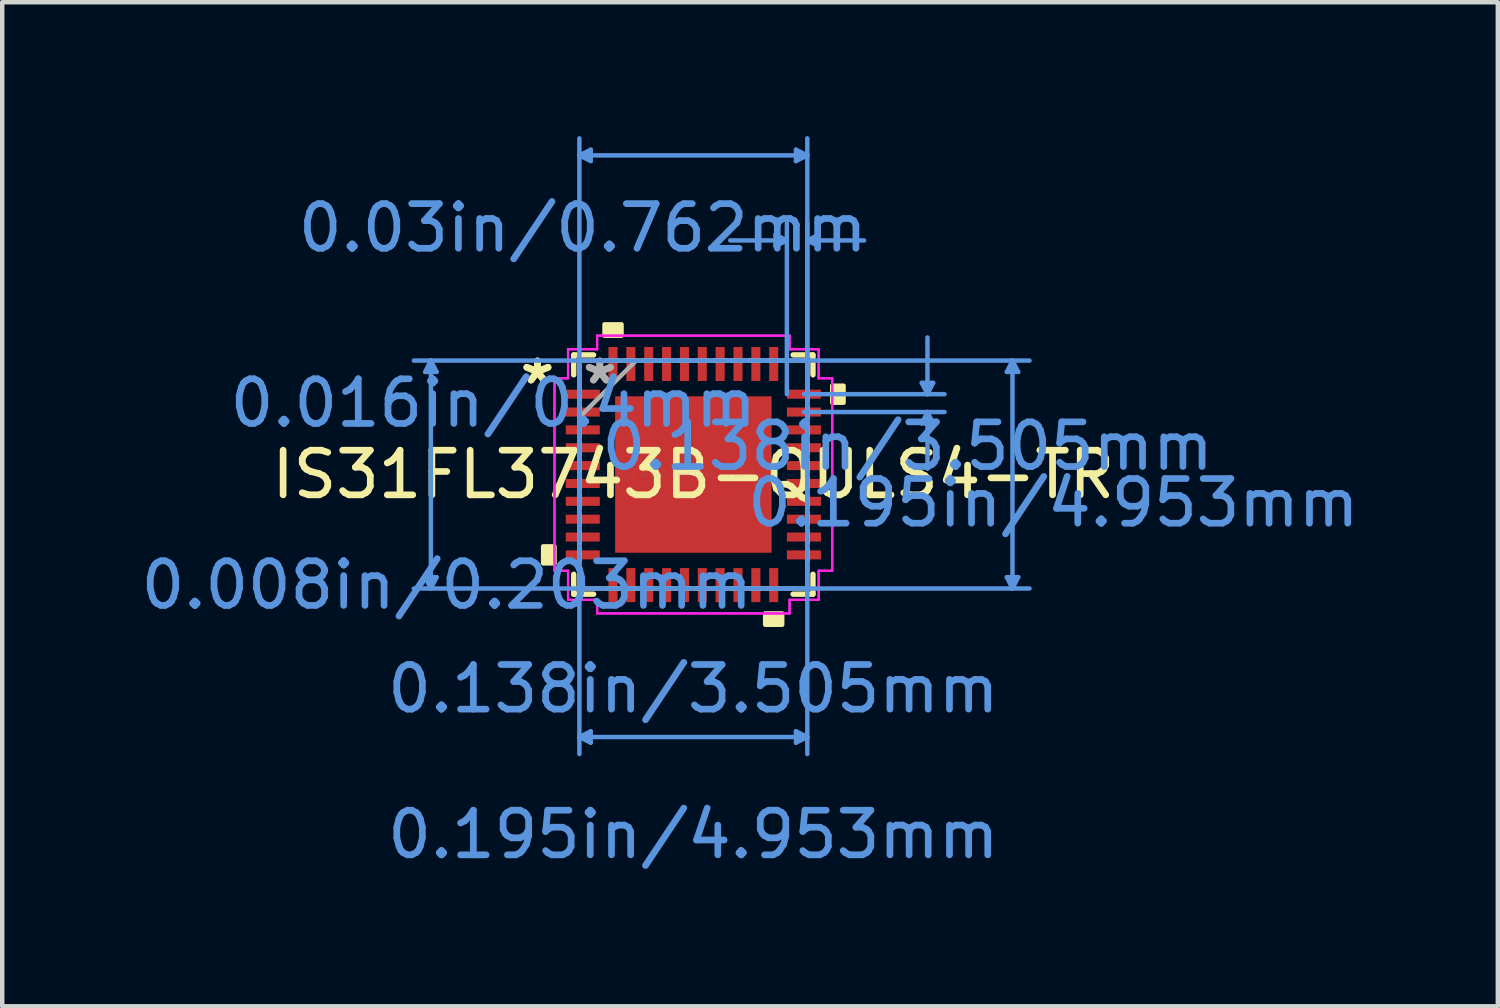
<source format=kicad_pcb>
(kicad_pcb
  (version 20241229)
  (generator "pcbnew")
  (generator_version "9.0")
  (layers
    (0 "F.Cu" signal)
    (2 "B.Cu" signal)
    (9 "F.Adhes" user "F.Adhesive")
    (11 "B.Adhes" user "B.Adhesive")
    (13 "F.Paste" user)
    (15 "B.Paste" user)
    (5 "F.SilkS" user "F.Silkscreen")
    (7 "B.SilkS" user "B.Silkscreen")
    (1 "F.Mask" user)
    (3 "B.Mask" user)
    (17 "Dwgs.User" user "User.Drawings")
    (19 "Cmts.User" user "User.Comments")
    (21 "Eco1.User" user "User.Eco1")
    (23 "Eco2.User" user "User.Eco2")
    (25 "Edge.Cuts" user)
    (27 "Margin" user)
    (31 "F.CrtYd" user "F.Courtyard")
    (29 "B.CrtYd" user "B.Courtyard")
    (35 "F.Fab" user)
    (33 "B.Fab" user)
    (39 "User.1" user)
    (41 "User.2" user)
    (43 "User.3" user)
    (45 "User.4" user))
  (footprint "IS31FL3743B-QULS4-TR"
    (layer "F.Cu")
    (at 12.483 7.581)
    (property "Reference" "IS31FL3743B-QULS4-TR" (at 0 0 0) (layer "F.SilkS") (effects (font (size 1 1) (thickness 0.15))))
    (attr through_hole)
    (fp_line (start -2.68 -2.68) (end -2.68 -2.234) (stroke (width 0.12) (type solid)) (layer "F.SilkS"))
    (fp_line (start -2.68 2.234) (end -2.68 2.68) (stroke (width 0.12) (type solid)) (layer "F.SilkS"))
    (fp_line (start -2.68 2.68) (end -2.234 2.68) (stroke (width 0.12) (type solid)) (layer "F.SilkS"))
    (fp_line (start -2.234 -2.68) (end -2.68 -2.68) (stroke (width 0.12) (type solid)) (layer "F.SilkS"))
    (fp_line (start 2.234 2.68) (end 2.68 2.68) (stroke (width 0.12) (type solid)) (layer "F.SilkS"))
    (fp_line (start 2.68 -2.68) (end 2.234 -2.68) (stroke (width 0.12) (type solid)) (layer "F.SilkS"))
    (fp_line (start 2.68 -2.234) (end 2.68 -2.68) (stroke (width 0.12) (type solid)) (layer "F.SilkS"))
    (fp_line (start 2.68 2.68) (end 2.68 2.234) (stroke (width 0.12) (type solid)) (layer "F.SilkS"))
    (fp_poly (pts (xy -3.365 1.609) (xy -3.365 1.99) (xy -3.111 1.99) (xy -3.111 1.609)) (stroke (width 0.1) (type solid)) (fill yes) (layer "F.SilkS"))
    (fp_poly (pts (xy -1.99 -3.111) (xy -1.99 -3.365) (xy -1.609 -3.365) (xy -1.609 -3.111)) (stroke (width 0.1) (type solid)) (fill yes) (layer "F.SilkS"))
    (fp_poly (pts (xy 1.609 3.111) (xy 1.609 3.365) (xy 1.99 3.365) (xy 1.99 3.111)) (stroke (width 0.1) (type solid)) (fill yes) (layer "F.SilkS"))
    (fp_poly (pts (xy 3.365 -1.99) (xy 3.365 -1.609) (xy 3.111 -1.609) (xy 3.111 -1.99)) (stroke (width 0.1) (type solid)) (fill yes) (layer "F.SilkS"))
    (fp_poly (pts (xy -1.653 -1.653) (xy -1.653 -0.1) (xy -0.1 -0.1) (xy -0.1 -1.653)) (stroke (width 0.1) (type solid)) (fill yes) (layer "F.Paste"))
    (fp_poly (pts (xy -1.653 0.1) (xy -1.653 1.653) (xy -0.1 1.653) (xy -0.1 0.1)) (stroke (width 0.1) (type solid)) (fill yes) (layer "F.Paste"))
    (fp_poly (pts (xy 0.1 -1.653) (xy 0.1 -0.1) (xy 1.653 -0.1) (xy 1.653 -1.653)) (stroke (width 0.1) (type solid)) (fill yes) (layer "F.Paste"))
    (fp_poly (pts (xy 0.1 0.1) (xy 0.1 1.653) (xy 1.653 1.653) (xy 1.653 0.1)) (stroke (width 0.1) (type solid)) (fill yes) (layer "F.Paste"))
    (fp_line (start -6.007 -2.299) (end -5.753 -2.299) (stroke (width 0.1) (type solid)) (layer "Cmts.User"))
    (fp_line (start -6.007 2.299) (end -5.753 2.299) (stroke (width 0.1) (type solid)) (layer "Cmts.User"))
    (fp_line (start -5.88 -2.553) (end -6.007 -2.299) (stroke (width 0.1) (type solid)) (layer "Cmts.User"))
    (fp_line (start -5.88 -2.553) (end -5.88 2.553) (stroke (width 0.1) (type solid)) (layer "Cmts.User"))
    (fp_line (start -5.88 -2.553) (end -5.753 -2.299) (stroke (width 0.1) (type solid)) (layer "Cmts.User"))
    (fp_line (start -5.88 2.553) (end -6.007 2.299) (stroke (width 0.1) (type solid)) (layer "Cmts.User"))
    (fp_line (start -5.88 2.553) (end -5.753 2.299) (stroke (width 0.1) (type solid)) (layer "Cmts.User"))
    (fp_line (start -2.553 -7.15) (end -2.299 -7.277) (stroke (width 0.1) (type solid)) (layer "Cmts.User"))
    (fp_line (start -2.553 -7.15) (end -2.299 -7.023) (stroke (width 0.1) (type solid)) (layer "Cmts.User"))
    (fp_line (start -2.553 -7.15) (end 2.553 -7.15) (stroke (width 0.1) (type solid)) (layer "Cmts.User"))
    (fp_line (start -2.553 -2.553) (end -2.553 6.261) (stroke (width 0.1) (type solid)) (layer "Cmts.User"))
    (fp_line (start -2.553 -1.8) (end -2.553 -7.531) (stroke (width 0.1) (type solid)) (layer "Cmts.User"))
    (fp_line (start -2.553 5.88) (end -2.299 5.753) (stroke (width 0.1) (type solid)) (layer "Cmts.User"))
    (fp_line (start -2.553 5.88) (end -2.299 6.007) (stroke (width 0.1) (type solid)) (layer "Cmts.User"))
    (fp_line (start -2.553 5.88) (end 2.553 5.88) (stroke (width 0.1) (type solid)) (layer "Cmts.User"))
    (fp_line (start -2.299 -7.277) (end -2.299 -7.023) (stroke (width 0.1) (type solid)) (layer "Cmts.User"))
    (fp_line (start -2.299 5.753) (end -2.299 6.007) (stroke (width 0.1) (type solid)) (layer "Cmts.User"))
    (fp_line (start 1.8 -2.553) (end 7.531 -2.553) (stroke (width 0.1) (type solid)) (layer "Cmts.User"))
    (fp_line (start 1.8 2.553) (end 7.531 2.553) (stroke (width 0.1) (type solid)) (layer "Cmts.User"))
    (fp_line (start 1.841 -5.372) (end 1.841 -5.118) (stroke (width 0.1) (type solid)) (layer "Cmts.User"))
    (fp_line (start 2.095 -5.245) (end 0.826 -5.245) (stroke (width 0.1) (type solid)) (layer "Cmts.User"))
    (fp_line (start 2.095 -5.245) (end 1.841 -5.372) (stroke (width 0.1) (type solid)) (layer "Cmts.User"))
    (fp_line (start 2.095 -5.245) (end 1.841 -5.118) (stroke (width 0.1) (type solid)) (layer "Cmts.User"))
    (fp_line (start 2.095 -1.8) (end 2.095 -5.626) (stroke (width 0.1) (type solid)) (layer "Cmts.User"))
    (fp_line (start 2.299 -7.277) (end 2.299 -7.023) (stroke (width 0.1) (type solid)) (layer "Cmts.User"))
    (fp_line (start 2.299 5.753) (end 2.299 6.007) (stroke (width 0.1) (type solid)) (layer "Cmts.User"))
    (fp_line (start 2.477 -1.8) (end 5.626 -1.8) (stroke (width 0.1) (type solid)) (layer "Cmts.User"))
    (fp_line (start 2.477 -1.4) (end 5.626 -1.4) (stroke (width 0.1) (type solid)) (layer "Cmts.User"))
    (fp_line (start 2.553 -7.15) (end 2.299 -7.277) (stroke (width 0.1) (type solid)) (layer "Cmts.User"))
    (fp_line (start 2.553 -7.15) (end 2.299 -7.023) (stroke (width 0.1) (type solid)) (layer "Cmts.User"))
    (fp_line (start 2.553 -5.245) (end 2.807 -5.372) (stroke (width 0.1) (type solid)) (layer "Cmts.User"))
    (fp_line (start 2.553 -5.245) (end 2.807 -5.118) (stroke (width 0.1) (type solid)) (layer "Cmts.User"))
    (fp_line (start 2.553 -5.245) (end 3.823 -5.245) (stroke (width 0.1) (type solid)) (layer "Cmts.User"))
    (fp_line (start 2.553 -2.553) (end -6.261 -2.553) (stroke (width 0.1) (type solid)) (layer "Cmts.User"))
    (fp_line (start 2.553 -2.553) (end 2.553 6.261) (stroke (width 0.1) (type solid)) (layer "Cmts.User"))
    (fp_line (start 2.553 -1.8) (end 2.553 -7.531) (stroke (width 0.1) (type solid)) (layer "Cmts.User"))
    (fp_line (start 2.553 -1.8) (end 2.553 -5.626) (stroke (width 0.1) (type solid)) (layer "Cmts.User"))
    (fp_line (start 2.553 2.553) (end -6.261 2.553) (stroke (width 0.1) (type solid)) (layer "Cmts.User"))
    (fp_line (start 2.553 5.88) (end 2.299 5.753) (stroke (width 0.1) (type solid)) (layer "Cmts.User"))
    (fp_line (start 2.553 5.88) (end 2.299 6.007) (stroke (width 0.1) (type solid)) (layer "Cmts.User"))
    (fp_line (start 2.807 -5.372) (end 2.807 -5.118) (stroke (width 0.1) (type solid)) (layer "Cmts.User"))
    (fp_line (start 5.118 -2.054) (end 5.372 -2.054) (stroke (width 0.1) (type solid)) (layer "Cmts.User"))
    (fp_line (start 5.118 -1.146) (end 5.372 -1.146) (stroke (width 0.1) (type solid)) (layer "Cmts.User"))
    (fp_line (start 5.245 -1.8) (end 5.118 -2.054) (stroke (width 0.1) (type solid)) (layer "Cmts.User"))
    (fp_line (start 5.245 -1.8) (end 5.245 -3.07) (stroke (width 0.1) (type solid)) (layer "Cmts.User"))
    (fp_line (start 5.245 -1.8) (end 5.372 -2.054) (stroke (width 0.1) (type solid)) (layer "Cmts.User"))
    (fp_line (start 5.245 -1.4) (end 5.118 -1.146) (stroke (width 0.1) (type solid)) (layer "Cmts.User"))
    (fp_line (start 5.245 -1.4) (end 5.245 -0.13) (stroke (width 0.1) (type solid)) (layer "Cmts.User"))
    (fp_line (start 5.245 -1.4) (end 5.372 -1.146) (stroke (width 0.1) (type solid)) (layer "Cmts.User"))
    (fp_line (start 7.023 -2.299) (end 7.277 -2.299) (stroke (width 0.1) (type solid)) (layer "Cmts.User"))
    (fp_line (start 7.023 2.299) (end 7.277 2.299) (stroke (width 0.1) (type solid)) (layer "Cmts.User"))
    (fp_line (start 7.15 -2.553) (end 7.023 -2.299) (stroke (width 0.1) (type solid)) (layer "Cmts.User"))
    (fp_line (start 7.15 -2.553) (end 7.15 2.553) (stroke (width 0.1) (type solid)) (layer "Cmts.User"))
    (fp_line (start 7.15 -2.553) (end 7.277 -2.299) (stroke (width 0.1) (type solid)) (layer "Cmts.User"))
    (fp_line (start 7.15 2.553) (end 7.023 2.299) (stroke (width 0.1) (type solid)) (layer "Cmts.User"))
    (fp_line (start 7.15 2.553) (end 7.277 2.299) (stroke (width 0.1) (type solid)) (layer "Cmts.User"))
    (fp_line (start -3.111 -2.156) (end -2.807 -2.156) (stroke (width 0.05) (type solid)) (layer "F.CrtYd"))
    (fp_line (start -3.111 -2.156) (end -2.807 -2.156) (stroke (width 0.05) (type solid)) (layer "F.CrtYd"))
    (fp_line (start -3.111 2.156) (end -3.111 -2.156) (stroke (width 0.05) (type solid)) (layer "F.CrtYd"))
    (fp_line (start -3.111 2.156) (end -3.111 -2.156) (stroke (width 0.05) (type solid)) (layer "F.CrtYd"))
    (fp_line (start -2.807 -2.807) (end -2.156 -2.807) (stroke (width 0.05) (type solid)) (layer "F.CrtYd"))
    (fp_line (start -2.807 -2.807) (end -2.156 -2.807) (stroke (width 0.05) (type solid)) (layer "F.CrtYd"))
    (fp_line (start -2.807 -2.156) (end -2.807 -2.807) (stroke (width 0.05) (type solid)) (layer "F.CrtYd"))
    (fp_line (start -2.807 -2.156) (end -2.807 -2.807) (stroke (width 0.05) (type solid)) (layer "F.CrtYd"))
    (fp_line (start -2.807 2.156) (end -3.111 2.156) (stroke (width 0.05) (type solid)) (layer "F.CrtYd"))
    (fp_line (start -2.807 2.156) (end -3.111 2.156) (stroke (width 0.05) (type solid)) (layer "F.CrtYd"))
    (fp_line (start -2.807 2.807) (end -2.807 2.156) (stroke (width 0.05) (type solid)) (layer "F.CrtYd"))
    (fp_line (start -2.807 2.807) (end -2.807 2.156) (stroke (width 0.05) (type solid)) (layer "F.CrtYd"))
    (fp_line (start -2.156 -3.111) (end 2.156 -3.111) (stroke (width 0.05) (type solid)) (layer "F.CrtYd"))
    (fp_line (start -2.156 -3.111) (end 2.156 -3.111) (stroke (width 0.05) (type solid)) (layer "F.CrtYd"))
    (fp_line (start -2.156 -2.807) (end -2.156 -3.111) (stroke (width 0.05) (type solid)) (layer "F.CrtYd"))
    (fp_line (start -2.156 -2.807) (end -2.156 -3.111) (stroke (width 0.05) (type solid)) (layer "F.CrtYd"))
    (fp_line (start -2.156 2.807) (end -2.807 2.807) (stroke (width 0.05) (type solid)) (layer "F.CrtYd"))
    (fp_line (start -2.156 2.807) (end -2.807 2.807) (stroke (width 0.05) (type solid)) (layer "F.CrtYd"))
    (fp_line (start -2.156 3.111) (end -2.156 2.807) (stroke (width 0.05) (type solid)) (layer "F.CrtYd"))
    (fp_line (start -2.156 3.111) (end -2.156 2.807) (stroke (width 0.05) (type solid)) (layer "F.CrtYd"))
    (fp_line (start 2.156 -3.111) (end 2.156 -2.807) (stroke (width 0.05) (type solid)) (layer "F.CrtYd"))
    (fp_line (start 2.156 -3.111) (end 2.156 -2.807) (stroke (width 0.05) (type solid)) (layer "F.CrtYd"))
    (fp_line (start 2.156 -2.807) (end 2.807 -2.807) (stroke (width 0.05) (type solid)) (layer "F.CrtYd"))
    (fp_line (start 2.156 -2.807) (end 2.807 -2.807) (stroke (width 0.05) (type solid)) (layer "F.CrtYd"))
    (fp_line (start 2.156 2.807) (end 2.156 3.111) (stroke (width 0.05) (type solid)) (layer "F.CrtYd"))
    (fp_line (start 2.156 2.807) (end 2.156 3.111) (stroke (width 0.05) (type solid)) (layer "F.CrtYd"))
    (fp_line (start 2.156 3.111) (end -2.156 3.111) (stroke (width 0.05) (type solid)) (layer "F.CrtYd"))
    (fp_line (start 2.156 3.111) (end -2.156 3.111) (stroke (width 0.05) (type solid)) (layer "F.CrtYd"))
    (fp_line (start 2.807 -2.807) (end 2.807 -2.156) (stroke (width 0.05) (type solid)) (layer "F.CrtYd"))
    (fp_line (start 2.807 -2.807) (end 2.807 -2.156) (stroke (width 0.05) (type solid)) (layer "F.CrtYd"))
    (fp_line (start 2.807 -2.156) (end 3.111 -2.156) (stroke (width 0.05) (type solid)) (layer "F.CrtYd"))
    (fp_line (start 2.807 -2.156) (end 3.111 -2.156) (stroke (width 0.05) (type solid)) (layer "F.CrtYd"))
    (fp_line (start 2.807 2.156) (end 2.807 2.807) (stroke (width 0.05) (type solid)) (layer "F.CrtYd"))
    (fp_line (start 2.807 2.156) (end 2.807 2.807) (stroke (width 0.05) (type solid)) (layer "F.CrtYd"))
    (fp_line (start 2.807 2.807) (end 2.156 2.807) (stroke (width 0.05) (type solid)) (layer "F.CrtYd"))
    (fp_line (start 2.807 2.807) (end 2.156 2.807) (stroke (width 0.05) (type solid)) (layer "F.CrtYd"))
    (fp_line (start 3.111 -2.156) (end 3.111 2.156) (stroke (width 0.05) (type solid)) (layer "F.CrtYd"))
    (fp_line (start 3.111 -2.156) (end 3.111 2.156) (stroke (width 0.05) (type solid)) (layer "F.CrtYd"))
    (fp_line (start 3.111 2.156) (end 2.807 2.156) (stroke (width 0.05) (type solid)) (layer "F.CrtYd"))
    (fp_line (start 3.111 2.156) (end 2.807 2.156) (stroke (width 0.05) (type solid)) (layer "F.CrtYd"))
    (fp_line (start -2.553 -2.553) (end -2.553 -2.553) (stroke (width 0.1) (type solid)) (layer "F.Fab"))
    (fp_line (start -2.553 -2.553) (end -2.553 2.553) (stroke (width 0.1) (type solid)) (layer "F.Fab"))
    (fp_line (start -2.553 -1.927) (end -2.553 -1.927) (stroke (width 0.1) (type solid)) (layer "F.Fab"))
    (fp_line (start -2.553 -1.927) (end -2.553 -1.673) (stroke (width 0.1) (type solid)) (layer "F.Fab"))
    (fp_line (start -2.553 -1.673) (end -2.553 -1.927) (stroke (width 0.1) (type solid)) (layer "F.Fab"))
    (fp_line (start -2.553 -1.673) (end -2.553 -1.673) (stroke (width 0.1) (type solid)) (layer "F.Fab"))
    (fp_line (start -2.553 -1.527) (end -2.553 -1.527) (stroke (width 0.1) (type solid)) (layer "F.Fab"))
    (fp_line (start -2.553 -1.527) (end -2.553 -1.273) (stroke (width 0.1) (type solid)) (layer "F.Fab"))
    (fp_line (start -2.553 -1.283) (end -1.283 -2.553) (stroke (width 0.1) (type solid)) (layer "F.Fab"))
    (fp_line (start -2.553 -1.273) (end -2.553 -1.527) (stroke (width 0.1) (type solid)) (layer "F.Fab"))
    (fp_line (start -2.553 -1.273) (end -2.553 -1.273) (stroke (width 0.1) (type solid)) (layer "F.Fab"))
    (fp_line (start -2.553 -1.127) (end -2.553 -1.127) (stroke (width 0.1) (type solid)) (layer "F.Fab"))
    (fp_line (start -2.553 -1.127) (end -2.553 -0.873) (stroke (width 0.1) (type solid)) (layer "F.Fab"))
    (fp_line (start -2.553 -0.873) (end -2.553 -1.127) (stroke (width 0.1) (type solid)) (layer "F.Fab"))
    (fp_line (start -2.553 -0.873) (end -2.553 -0.873) (stroke (width 0.1) (type solid)) (layer "F.Fab"))
    (fp_line (start -2.553 -0.727) (end -2.553 -0.727) (stroke (width 0.1) (type solid)) (layer "F.Fab"))
    (fp_line (start -2.553 -0.727) (end -2.553 -0.473) (stroke (width 0.1) (type solid)) (layer "F.Fab"))
    (fp_line (start -2.553 -0.473) (end -2.553 -0.727) (stroke (width 0.1) (type solid)) (layer "F.Fab"))
    (fp_line (start -2.553 -0.473) (end -2.553 -0.473) (stroke (width 0.1) (type solid)) (layer "F.Fab"))
    (fp_line (start -2.553 -0.327) (end -2.553 -0.327) (stroke (width 0.1) (type solid)) (layer "F.Fab"))
    (fp_line (start -2.553 -0.327) (end -2.553 -0.073) (stroke (width 0.1) (type solid)) (layer "F.Fab"))
    (fp_line (start -2.553 -0.073) (end -2.553 -0.327) (stroke (width 0.1) (type solid)) (layer "F.Fab"))
    (fp_line (start -2.553 -0.073) (end -2.553 -0.073) (stroke (width 0.1) (type solid)) (layer "F.Fab"))
    (fp_line (start -2.553 0.073) (end -2.553 0.073) (stroke (width 0.1) (type solid)) (layer "F.Fab"))
    (fp_line (start -2.553 0.073) (end -2.553 0.327) (stroke (width 0.1) (type solid)) (layer "F.Fab"))
    (fp_line (start -2.553 0.327) (end -2.553 0.073) (stroke (width 0.1) (type solid)) (layer "F.Fab"))
    (fp_line (start -2.553 0.327) (end -2.553 0.327) (stroke (width 0.1) (type solid)) (layer "F.Fab"))
    (fp_line (start -2.553 0.473) (end -2.553 0.473) (stroke (width 0.1) (type solid)) (layer "F.Fab"))
    (fp_line (start -2.553 0.473) (end -2.553 0.727) (stroke (width 0.1) (type solid)) (layer "F.Fab"))
    (fp_line (start -2.553 0.727) (end -2.553 0.473) (stroke (width 0.1) (type solid)) (layer "F.Fab"))
    (fp_line (start -2.553 0.727) (end -2.553 0.727) (stroke (width 0.1) (type solid)) (layer "F.Fab"))
    (fp_line (start -2.553 0.873) (end -2.553 0.873) (stroke (width 0.1) (type solid)) (layer "F.Fab"))
    (fp_line (start -2.553 0.873) (end -2.553 1.127) (stroke (width 0.1) (type solid)) (layer "F.Fab"))
    (fp_line (start -2.553 1.127) (end -2.553 0.873) (stroke (width 0.1) (type solid)) (layer "F.Fab"))
    (fp_line (start -2.553 1.127) (end -2.553 1.127) (stroke (width 0.1) (type solid)) (layer "F.Fab"))
    (fp_line (start -2.553 1.273) (end -2.553 1.273) (stroke (width 0.1) (type solid)) (layer "F.Fab"))
    (fp_line (start -2.553 1.273) (end -2.553 1.527) (stroke (width 0.1) (type solid)) (layer "F.Fab"))
    (fp_line (start -2.553 1.527) (end -2.553 1.273) (stroke (width 0.1) (type solid)) (layer "F.Fab"))
    (fp_line (start -2.553 1.527) (end -2.553 1.527) (stroke (width 0.1) (type solid)) (layer "F.Fab"))
    (fp_line (start -2.553 1.673) (end -2.553 1.673) (stroke (width 0.1) (type solid)) (layer "F.Fab"))
    (fp_line (start -2.553 1.673) (end -2.553 1.927) (stroke (width 0.1) (type solid)) (layer "F.Fab"))
    (fp_line (start -2.553 1.927) (end -2.553 1.673) (stroke (width 0.1) (type solid)) (layer "F.Fab"))
    (fp_line (start -2.553 1.927) (end -2.553 1.927) (stroke (width 0.1) (type solid)) (layer "F.Fab"))
    (fp_line (start -2.553 2.553) (end -2.553 2.553) (stroke (width 0.1) (type solid)) (layer "F.Fab"))
    (fp_line (start -2.553 2.553) (end 2.553 2.553) (stroke (width 0.1) (type solid)) (layer "F.Fab"))
    (fp_line (start -1.927 -2.553) (end -1.927 -2.553) (stroke (width 0.1) (type solid)) (layer "F.Fab"))
    (fp_line (start -1.927 -2.553) (end -1.673 -2.553) (stroke (width 0.1) (type solid)) (layer "F.Fab"))
    (fp_line (start -1.927 2.553) (end -1.927 2.553) (stroke (width 0.1) (type solid)) (layer "F.Fab"))
    (fp_line (start -1.927 2.553) (end -1.673 2.553) (stroke (width 0.1) (type solid)) (layer "F.Fab"))
    (fp_line (start -1.673 -2.553) (end -1.927 -2.553) (stroke (width 0.1) (type solid)) (layer "F.Fab"))
    (fp_line (start -1.673 -2.553) (end -1.673 -2.553) (stroke (width 0.1) (type solid)) (layer "F.Fab"))
    (fp_line (start -1.673 2.553) (end -1.927 2.553) (stroke (width 0.1) (type solid)) (layer "F.Fab"))
    (fp_line (start -1.673 2.553) (end -1.673 2.553) (stroke (width 0.1) (type solid)) (layer "F.Fab"))
    (fp_line (start -1.527 -2.553) (end -1.527 -2.553) (stroke (width 0.1) (type solid)) (layer "F.Fab"))
    (fp_line (start -1.527 -2.553) (end -1.273 -2.553) (stroke (width 0.1) (type solid)) (layer "F.Fab"))
    (fp_line (start -1.527 2.553) (end -1.527 2.553) (stroke (width 0.1) (type solid)) (layer "F.Fab"))
    (fp_line (start -1.527 2.553) (end -1.273 2.553) (stroke (width 0.1) (type solid)) (layer "F.Fab"))
    (fp_line (start -1.273 -2.553) (end -1.527 -2.553) (stroke (width 0.1) (type solid)) (layer "F.Fab"))
    (fp_line (start -1.273 -2.553) (end -1.273 -2.553) (stroke (width 0.1) (type solid)) (layer "F.Fab"))
    (fp_line (start -1.273 2.553) (end -1.527 2.553) (stroke (width 0.1) (type solid)) (layer "F.Fab"))
    (fp_line (start -1.273 2.553) (end -1.273 2.553) (stroke (width 0.1) (type solid)) (layer "F.Fab"))
    (fp_line (start -1.127 -2.553) (end -1.127 -2.553) (stroke (width 0.1) (type solid)) (layer "F.Fab"))
    (fp_line (start -1.127 -2.553) (end -0.873 -2.553) (stroke (width 0.1) (type solid)) (layer "F.Fab"))
    (fp_line (start -1.127 2.553) (end -1.127 2.553) (stroke (width 0.1) (type solid)) (layer "F.Fab"))
    (fp_line (start -1.127 2.553) (end -0.873 2.553) (stroke (width 0.1) (type solid)) (layer "F.Fab"))
    (fp_line (start -0.873 -2.553) (end -1.127 -2.553) (stroke (width 0.1) (type solid)) (layer "F.Fab"))
    (fp_line (start -0.873 -2.553) (end -0.873 -2.553) (stroke (width 0.1) (type solid)) (layer "F.Fab"))
    (fp_line (start -0.873 2.553) (end -1.127 2.553) (stroke (width 0.1) (type solid)) (layer "F.Fab"))
    (fp_line (start -0.873 2.553) (end -0.873 2.553) (stroke (width 0.1) (type solid)) (layer "F.Fab"))
    (fp_line (start -0.727 -2.553) (end -0.727 -2.553) (stroke (width 0.1) (type solid)) (layer "F.Fab"))
    (fp_line (start -0.727 -2.553) (end -0.473 -2.553) (stroke (width 0.1) (type solid)) (layer "F.Fab"))
    (fp_line (start -0.727 2.553) (end -0.727 2.553) (stroke (width 0.1) (type solid)) (layer "F.Fab"))
    (fp_line (start -0.727 2.553) (end -0.473 2.553) (stroke (width 0.1) (type solid)) (layer "F.Fab"))
    (fp_line (start -0.473 -2.553) (end -0.727 -2.553) (stroke (width 0.1) (type solid)) (layer "F.Fab"))
    (fp_line (start -0.473 -2.553) (end -0.473 -2.553) (stroke (width 0.1) (type solid)) (layer "F.Fab"))
    (fp_line (start -0.473 2.553) (end -0.727 2.553) (stroke (width 0.1) (type solid)) (layer "F.Fab"))
    (fp_line (start -0.473 2.553) (end -0.473 2.553) (stroke (width 0.1) (type solid)) (layer "F.Fab"))
    (fp_line (start -0.327 -2.553) (end -0.327 -2.553) (stroke (width 0.1) (type solid)) (layer "F.Fab"))
    (fp_line (start -0.327 -2.553) (end -0.073 -2.553) (stroke (width 0.1) (type solid)) (layer "F.Fab"))
    (fp_line (start -0.327 2.553) (end -0.327 2.553) (stroke (width 0.1) (type solid)) (layer "F.Fab"))
    (fp_line (start -0.327 2.553) (end -0.073 2.553) (stroke (width 0.1) (type solid)) (layer "F.Fab"))
    (fp_line (start -0.073 -2.553) (end -0.327 -2.553) (stroke (width 0.1) (type solid)) (layer "F.Fab"))
    (fp_line (start -0.073 -2.553) (end -0.073 -2.553) (stroke (width 0.1) (type solid)) (layer "F.Fab"))
    (fp_line (start -0.073 2.553) (end -0.327 2.553) (stroke (width 0.1) (type solid)) (layer "F.Fab"))
    (fp_line (start -0.073 2.553) (end -0.073 2.553) (stroke (width 0.1) (type solid)) (layer "F.Fab"))
    (fp_line (start 0.073 -2.553) (end 0.073 -2.553) (stroke (width 0.1) (type solid)) (layer "F.Fab"))
    (fp_line (start 0.073 -2.553) (end 0.327 -2.553) (stroke (width 0.1) (type solid)) (layer "F.Fab"))
    (fp_line (start 0.073 2.553) (end 0.073 2.553) (stroke (width 0.1) (type solid)) (layer "F.Fab"))
    (fp_line (start 0.073 2.553) (end 0.327 2.553) (stroke (width 0.1) (type solid)) (layer "F.Fab"))
    (fp_line (start 0.327 -2.553) (end 0.073 -2.553) (stroke (width 0.1) (type solid)) (layer "F.Fab"))
    (fp_line (start 0.327 -2.553) (end 0.327 -2.553) (stroke (width 0.1) (type solid)) (layer "F.Fab"))
    (fp_line (start 0.327 2.553) (end 0.073 2.553) (stroke (width 0.1) (type solid)) (layer "F.Fab"))
    (fp_line (start 0.327 2.553) (end 0.327 2.553) (stroke (width 0.1) (type solid)) (layer "F.Fab"))
    (fp_line (start 0.473 -2.553) (end 0.473 -2.553) (stroke (width 0.1) (type solid)) (layer "F.Fab"))
    (fp_line (start 0.473 -2.553) (end 0.727 -2.553) (stroke (width 0.1) (type solid)) (layer "F.Fab"))
    (fp_line (start 0.473 2.553) (end 0.473 2.553) (stroke (width 0.1) (type solid)) (layer "F.Fab"))
    (fp_line (start 0.473 2.553) (end 0.727 2.553) (stroke (width 0.1) (type solid)) (layer "F.Fab"))
    (fp_line (start 0.727 -2.553) (end 0.473 -2.553) (stroke (width 0.1) (type solid)) (layer "F.Fab"))
    (fp_line (start 0.727 -2.553) (end 0.727 -2.553) (stroke (width 0.1) (type solid)) (layer "F.Fab"))
    (fp_line (start 0.727 2.553) (end 0.473 2.553) (stroke (width 0.1) (type solid)) (layer "F.Fab"))
    (fp_line (start 0.727 2.553) (end 0.727 2.553) (stroke (width 0.1) (type solid)) (layer "F.Fab"))
    (fp_line (start 0.873 -2.553) (end 0.873 -2.553) (stroke (width 0.1) (type solid)) (layer "F.Fab"))
    (fp_line (start 0.873 -2.553) (end 1.127 -2.553) (stroke (width 0.1) (type solid)) (layer "F.Fab"))
    (fp_line (start 0.873 2.553) (end 0.873 2.553) (stroke (width 0.1) (type solid)) (layer "F.Fab"))
    (fp_line (start 0.873 2.553) (end 1.127 2.553) (stroke (width 0.1) (type solid)) (layer "F.Fab"))
    (fp_line (start 1.127 -2.553) (end 0.873 -2.553) (stroke (width 0.1) (type solid)) (layer "F.Fab"))
    (fp_line (start 1.127 -2.553) (end 1.127 -2.553) (stroke (width 0.1) (type solid)) (layer "F.Fab"))
    (fp_line (start 1.127 2.553) (end 0.873 2.553) (stroke (width 0.1) (type solid)) (layer "F.Fab"))
    (fp_line (start 1.127 2.553) (end 1.127 2.553) (stroke (width 0.1) (type solid)) (layer "F.Fab"))
    (fp_line (start 1.273 -2.553) (end 1.273 -2.553) (stroke (width 0.1) (type solid)) (layer "F.Fab"))
    (fp_line (start 1.273 -2.553) (end 1.527 -2.553) (stroke (width 0.1) (type solid)) (layer "F.Fab"))
    (fp_line (start 1.273 2.553) (end 1.273 2.553) (stroke (width 0.1) (type solid)) (layer "F.Fab"))
    (fp_line (start 1.273 2.553) (end 1.527 2.553) (stroke (width 0.1) (type solid)) (layer "F.Fab"))
    (fp_line (start 1.527 -2.553) (end 1.273 -2.553) (stroke (width 0.1) (type solid)) (layer "F.Fab"))
    (fp_line (start 1.527 -2.553) (end 1.527 -2.553) (stroke (width 0.1) (type solid)) (layer "F.Fab"))
    (fp_line (start 1.527 2.553) (end 1.273 2.553) (stroke (width 0.1) (type solid)) (layer "F.Fab"))
    (fp_line (start 1.527 2.553) (end 1.527 2.553) (stroke (width 0.1) (type solid)) (layer "F.Fab"))
    (fp_line (start 1.673 -2.553) (end 1.673 -2.553) (stroke (width 0.1) (type solid)) (layer "F.Fab"))
    (fp_line (start 1.673 -2.553) (end 1.927 -2.553) (stroke (width 0.1) (type solid)) (layer "F.Fab"))
    (fp_line (start 1.673 2.553) (end 1.673 2.553) (stroke (width 0.1) (type solid)) (layer "F.Fab"))
    (fp_line (start 1.673 2.553) (end 1.927 2.553) (stroke (width 0.1) (type solid)) (layer "F.Fab"))
    (fp_line (start 1.927 -2.553) (end 1.673 -2.553) (stroke (width 0.1) (type solid)) (layer "F.Fab"))
    (fp_line (start 1.927 -2.553) (end 1.927 -2.553) (stroke (width 0.1) (type solid)) (layer "F.Fab"))
    (fp_line (start 1.927 2.553) (end 1.673 2.553) (stroke (width 0.1) (type solid)) (layer "F.Fab"))
    (fp_line (start 1.927 2.553) (end 1.927 2.553) (stroke (width 0.1) (type solid)) (layer "F.Fab"))
    (fp_line (start 2.553 -2.553) (end -2.553 -2.553) (stroke (width 0.1) (type solid)) (layer "F.Fab"))
    (fp_line (start 2.553 -2.553) (end 2.553 -2.553) (stroke (width 0.1) (type solid)) (layer "F.Fab"))
    (fp_line (start 2.553 -1.927) (end 2.553 -1.927) (stroke (width 0.1) (type solid)) (layer "F.Fab"))
    (fp_line (start 2.553 -1.927) (end 2.553 -1.673) (stroke (width 0.1) (type solid)) (layer "F.Fab"))
    (fp_line (start 2.553 -1.673) (end 2.553 -1.927) (stroke (width 0.1) (type solid)) (layer "F.Fab"))
    (fp_line (start 2.553 -1.673) (end 2.553 -1.673) (stroke (width 0.1) (type solid)) (layer "F.Fab"))
    (fp_line (start 2.553 -1.527) (end 2.553 -1.527) (stroke (width 0.1) (type solid)) (layer "F.Fab"))
    (fp_line (start 2.553 -1.527) (end 2.553 -1.273) (stroke (width 0.1) (type solid)) (layer "F.Fab"))
    (fp_line (start 2.553 -1.273) (end 2.553 -1.527) (stroke (width 0.1) (type solid)) (layer "F.Fab"))
    (fp_line (start 2.553 -1.273) (end 2.553 -1.273) (stroke (width 0.1) (type solid)) (layer "F.Fab"))
    (fp_line (start 2.553 -1.127) (end 2.553 -1.127) (stroke (width 0.1) (type solid)) (layer "F.Fab"))
    (fp_line (start 2.553 -1.127) (end 2.553 -0.873) (stroke (width 0.1) (type solid)) (layer "F.Fab"))
    (fp_line (start 2.553 -0.873) (end 2.553 -1.127) (stroke (width 0.1) (type solid)) (layer "F.Fab"))
    (fp_line (start 2.553 -0.873) (end 2.553 -0.873) (stroke (width 0.1) (type solid)) (layer "F.Fab"))
    (fp_line (start 2.553 -0.727) (end 2.553 -0.727) (stroke (width 0.1) (type solid)) (layer "F.Fab"))
    (fp_line (start 2.553 -0.727) (end 2.553 -0.473) (stroke (width 0.1) (type solid)) (layer "F.Fab"))
    (fp_line (start 2.553 -0.473) (end 2.553 -0.727) (stroke (width 0.1) (type solid)) (layer "F.Fab"))
    (fp_line (start 2.553 -0.473) (end 2.553 -0.473) (stroke (width 0.1) (type solid)) (layer "F.Fab"))
    (fp_line (start 2.553 -0.327) (end 2.553 -0.327) (stroke (width 0.1) (type solid)) (layer "F.Fab"))
    (fp_line (start 2.553 -0.327) (end 2.553 -0.073) (stroke (width 0.1) (type solid)) (layer "F.Fab"))
    (fp_line (start 2.553 -0.073) (end 2.553 -0.327) (stroke (width 0.1) (type solid)) (layer "F.Fab"))
    (fp_line (start 2.553 -0.073) (end 2.553 -0.073) (stroke (width 0.1) (type solid)) (layer "F.Fab"))
    (fp_line (start 2.553 0.073) (end 2.553 0.073) (stroke (width 0.1) (type solid)) (layer "F.Fab"))
    (fp_line (start 2.553 0.073) (end 2.553 0.327) (stroke (width 0.1) (type solid)) (layer "F.Fab"))
    (fp_line (start 2.553 0.327) (end 2.553 0.073) (stroke (width 0.1) (type solid)) (layer "F.Fab"))
    (fp_line (start 2.553 0.327) (end 2.553 0.327) (stroke (width 0.1) (type solid)) (layer "F.Fab"))
    (fp_line (start 2.553 0.473) (end 2.553 0.473) (stroke (width 0.1) (type solid)) (layer "F.Fab"))
    (fp_line (start 2.553 0.473) (end 2.553 0.727) (stroke (width 0.1) (type solid)) (layer "F.Fab"))
    (fp_line (start 2.553 0.727) (end 2.553 0.473) (stroke (width 0.1) (type solid)) (layer "F.Fab"))
    (fp_line (start 2.553 0.727) (end 2.553 0.727) (stroke (width 0.1) (type solid)) (layer "F.Fab"))
    (fp_line (start 2.553 0.873) (end 2.553 0.873) (stroke (width 0.1) (type solid)) (layer "F.Fab"))
    (fp_line (start 2.553 0.873) (end 2.553 1.127) (stroke (width 0.1) (type solid)) (layer "F.Fab"))
    (fp_line (start 2.553 1.127) (end 2.553 0.873) (stroke (width 0.1) (type solid)) (layer "F.Fab"))
    (fp_line (start 2.553 1.127) (end 2.553 1.127) (stroke (width 0.1) (type solid)) (layer "F.Fab"))
    (fp_line (start 2.553 1.273) (end 2.553 1.273) (stroke (width 0.1) (type solid)) (layer "F.Fab"))
    (fp_line (start 2.553 1.273) (end 2.553 1.527) (stroke (width 0.1) (type solid)) (layer "F.Fab"))
    (fp_line (start 2.553 1.527) (end 2.553 1.273) (stroke (width 0.1) (type solid)) (layer "F.Fab"))
    (fp_line (start 2.553 1.527) (end 2.553 1.527) (stroke (width 0.1) (type solid)) (layer "F.Fab"))
    (fp_line (start 2.553 1.673) (end 2.553 1.673) (stroke (width 0.1) (type solid)) (layer "F.Fab"))
    (fp_line (start 2.553 1.673) (end 2.553 1.927) (stroke (width 0.1) (type solid)) (layer "F.Fab"))
    (fp_line (start 2.553 1.927) (end 2.553 1.673) (stroke (width 0.1) (type solid)) (layer "F.Fab"))
    (fp_line (start 2.553 1.927) (end 2.553 1.927) (stroke (width 0.1) (type solid)) (layer "F.Fab"))
    (fp_line (start 2.553 2.553) (end 2.553 -2.553) (stroke (width 0.1) (type solid)) (layer "F.Fab"))
    (fp_line (start 2.553 2.553) (end 2.553 2.553) (stroke (width 0.1) (type solid)) (layer "F.Fab"))
    (fp_text user "*" (at -3.493 -2 0) (layer "F.SilkS") (effects (font (size 1 1) (thickness 0.15))))
    (fp_text user "*" (at -3.493 -2 0) (layer "F.SilkS") (effects (font (size 1 1) (thickness 0.15))))
    (fp_text user "0.195in/4.953mm" (at 0 8.065 0) (layer "Cmts.User") (effects (font (size 1 1) (thickness 0.15))))
    (fp_text user "0.008in/0.203mm" (at -5.524 2.477 0) (layer "Cmts.User") (effects (font (size 1 1) (thickness 0.15))))
    (fp_text user "0.195in/4.953mm" (at 8.065 0.635 0) (layer "Cmts.User") (effects (font (size 1 1) (thickness 0.15))))
    (fp_text user "0.138in/3.505mm" (at 4.801 -0.635 0) (layer "Cmts.User") (effects (font (size 1 1) (thickness 0.15))))
    (fp_text user "0.138in/3.505mm" (at 0 4.801 0) (layer "Cmts.User") (effects (font (size 1 1) (thickness 0.15))))
    (fp_text user "Copyright 2021 Accelerated Designs. All rights reserved." (at 0 0 0) (layer "Cmts.User") (effects (font (size 0.127 0.127) (thickness 0.002))))
    (fp_text user "0.03in/0.762mm" (at -2.477 -5.524 0) (layer "Cmts.User") (effects (font (size 1 1) (thickness 0.15))))
    (fp_text user "0.016in/0.4mm" (at -4.483 -1.6 0) (layer "Cmts.User") (effects (font (size 1 1) (thickness 0.15))))
    (fp_text user "*" (at -2.095 -2 0) (layer "F.Fab") (effects (font (size 1 1) (thickness 0.15))))
    (fp_text user "*" (at -2.095 -2 0) (layer "F.Fab") (effects (font (size 1 1) (thickness 0.15))))
    (pad "1" smd rect (at -2.477 -1.8 90) (size 0.203 0.762) (layers "F.Cu" "F.Mask" "F.Paste"))
    (pad "2" smd rect (at -2.477 -1.4 90) (size 0.203 0.762) (layers "F.Cu" "F.Mask" "F.Paste"))
    (pad "3" smd rect (at -2.477 -1 90) (size 0.203 0.762) (layers "F.Cu" "F.Mask" "F.Paste"))
    (pad "4" smd rect (at -2.477 -0.6 90) (size 0.203 0.762) (layers "F.Cu" "F.Mask" "F.Paste"))
    (pad "5" smd rect (at -2.477 -0.2 90) (size 0.203 0.762) (layers "F.Cu" "F.Mask" "F.Paste"))
    (pad "6" smd rect (at -2.477 0.2 90) (size 0.203 0.762) (layers "F.Cu" "F.Mask" "F.Paste"))
    (pad "7" smd rect (at -2.477 0.6 90) (size 0.203 0.762) (layers "F.Cu" "F.Mask" "F.Paste"))
    (pad "8" smd rect (at -2.477 1 90) (size 0.203 0.762) (layers "F.Cu" "F.Mask" "F.Paste"))
    (pad "9" smd rect (at -2.477 1.4 90) (size 0.203 0.762) (layers "F.Cu" "F.Mask" "F.Paste"))
    (pad "10" smd rect (at -2.477 1.8 90) (size 0.203 0.762) (layers "F.Cu" "F.Mask" "F.Paste"))
    (pad "11" smd rect (at -1.8 2.477) (size 0.203 0.762) (layers "F.Cu" "F.Mask" "F.Paste"))
    (pad "12" smd rect (at -1.4 2.477) (size 0.203 0.762) (layers "F.Cu" "F.Mask" "F.Paste"))
    (pad "13" smd rect (at -1 2.477) (size 0.203 0.762) (layers "F.Cu" "F.Mask" "F.Paste"))
    (pad "14" smd rect (at -0.6 2.477) (size 0.203 0.762) (layers "F.Cu" "F.Mask" "F.Paste"))
    (pad "15" smd rect (at -0.2 2.477) (size 0.203 0.762) (layers "F.Cu" "F.Mask" "F.Paste"))
    (pad "16" smd rect (at 0.2 2.477) (size 0.203 0.762) (layers "F.Cu" "F.Mask" "F.Paste"))
    (pad "17" smd rect (at 0.6 2.477) (size 0.203 0.762) (layers "F.Cu" "F.Mask" "F.Paste"))
    (pad "18" smd rect (at 1 2.477) (size 0.203 0.762) (layers "F.Cu" "F.Mask" "F.Paste"))
    (pad "19" smd rect (at 1.4 2.477) (size 0.203 0.762) (layers "F.Cu" "F.Mask" "F.Paste"))
    (pad "20" smd rect (at 1.8 2.477) (size 0.203 0.762) (layers "F.Cu" "F.Mask" "F.Paste"))
    (pad "21" smd rect (at 2.477 1.8 90) (size 0.203 0.762) (layers "F.Cu" "F.Mask" "F.Paste"))
    (pad "22" smd rect (at 2.477 1.4 90) (size 0.203 0.762) (layers "F.Cu" "F.Mask" "F.Paste"))
    (pad "23" smd rect (at 2.477 1 90) (size 0.203 0.762) (layers "F.Cu" "F.Mask" "F.Paste"))
    (pad "24" smd rect (at 2.477 0.6 90) (size 0.203 0.762) (layers "F.Cu" "F.Mask" "F.Paste"))
    (pad "25" smd rect (at 2.477 0.2 90) (size 0.203 0.762) (layers "F.Cu" "F.Mask" "F.Paste"))
    (pad "26" smd rect (at 2.477 -0.2 90) (size 0.203 0.762) (layers "F.Cu" "F.Mask" "F.Paste"))
    (pad "27" smd rect (at 2.477 -0.6 90) (size 0.203 0.762) (layers "F.Cu" "F.Mask" "F.Paste"))
    (pad "28" smd rect (at 2.477 -1 90) (size 0.203 0.762) (layers "F.Cu" "F.Mask" "F.Paste"))
    (pad "29" smd rect (at 2.477 -1.4 90) (size 0.203 0.762) (layers "F.Cu" "F.Mask" "F.Paste"))
    (pad "30" smd rect (at 2.477 -1.8 90) (size 0.203 0.762) (layers "F.Cu" "F.Mask" "F.Paste"))
    (pad "31" smd rect (at 1.8 -2.477) (size 0.203 0.762) (layers "F.Cu" "F.Mask" "F.Paste"))
    (pad "32" smd rect (at 1.4 -2.477) (size 0.203 0.762) (layers "F.Cu" "F.Mask" "F.Paste"))
    (pad "33" smd rect (at 1 -2.477) (size 0.203 0.762) (layers "F.Cu" "F.Mask" "F.Paste"))
    (pad "34" smd rect (at 0.6 -2.477) (size 0.203 0.762) (layers "F.Cu" "F.Mask" "F.Paste"))
    (pad "35" smd rect (at 0.2 -2.477) (size 0.203 0.762) (layers "F.Cu" "F.Mask" "F.Paste"))
    (pad "36" smd rect (at -0.2 -2.477) (size 0.203 0.762) (layers "F.Cu" "F.Mask" "F.Paste"))
    (pad "37" smd rect (at -0.6 -2.477) (size 0.203 0.762) (layers "F.Cu" "F.Mask" "F.Paste"))
    (pad "38" smd rect (at -1 -2.477) (size 0.203 0.762) (layers "F.Cu" "F.Mask" "F.Paste"))
    (pad "39" smd rect (at -1.4 -2.477) (size 0.203 0.762) (layers "F.Cu" "F.Mask" "F.Paste"))
    (pad "40" smd rect (at -1.8 -2.477) (size 0.203 0.762) (layers "F.Cu" "F.Mask" "F.Paste"))
    (pad "41" smd rect (at 0 0) (size 3.505 3.505) (layers "F.Cu" "F.Mask")))
  (gr_rect
    (start -3 -3)
    (end 30.506 19.494)
    (stroke (width 0.1) (type default))
    (fill no)
    (layer "Edge.Cuts")))
</source>
